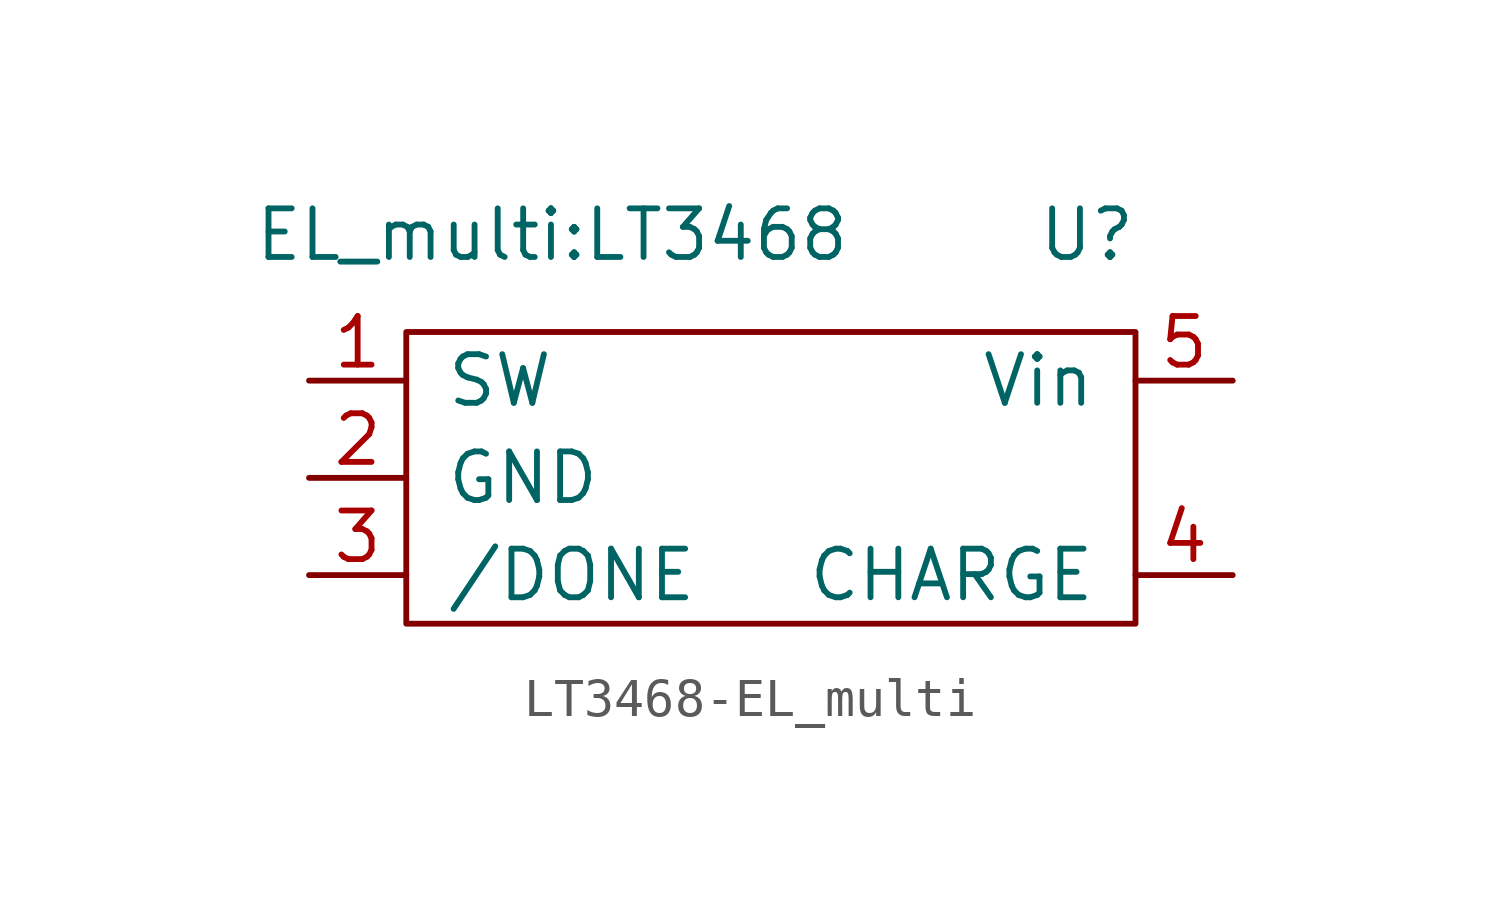
<source format=kicad_sym>
(kicad_symbol_lib
  (version 20241209)
  (generator "kicad_symbol_editor")
  (generator_version "9.0")
  (symbol "LT3468-EL_multi"
    (pin_names
      (offset 1.016))
    (property "Reference" "U"
      (at 8.89 6.35 0)
      (effects (font (size 1.27 1.27))))
    (property "Value" "EL_multi:LT3468"
      (at -5.08 6.35 0)
      (effects (font (size 1.27 1.27))))
    (symbol "LT3468-EL_multi_0_1"
      (rectangle (start 10.16 3.81) (end -8.89 -3.81) (stroke (width 0) (type solid)) (fill (type none))))
    (symbol "LT3468-EL_multi_1_1"
      (pin open_collector line (at -11.43 2.54 0) (length 2.54) (name "SW" (effects (font (size 1.27 1.27)))) (number "1" (effects (font (size 1.27 1.27)))))
      (pin power_in line (at -11.43 0 0) (length 2.54) (name "GND" (effects (font (size 1.27 1.27)))) (number "2" (effects (font (size 1.27 1.27)))))
      (pin output line (at -11.43 -2.54 0) (length 2.54) (name "/DONE" (effects (font (size 1.27 1.27)))) (number "3" (effects (font (size 1.27 1.27)))))
      (pin power_in line (at 12.7 2.54 180) (length 2.54) (name "Vin" (effects (font (size 1.27 1.27)))) (number "5" (effects (font (size 1.27 1.27)))))
      (pin input line (at 12.7 -2.54 180) (length 2.54) (name "CHARGE" (effects (font (size 1.27 1.27)))) (number "4" (effects (font (size 1.27 1.27))))))))
</source>
